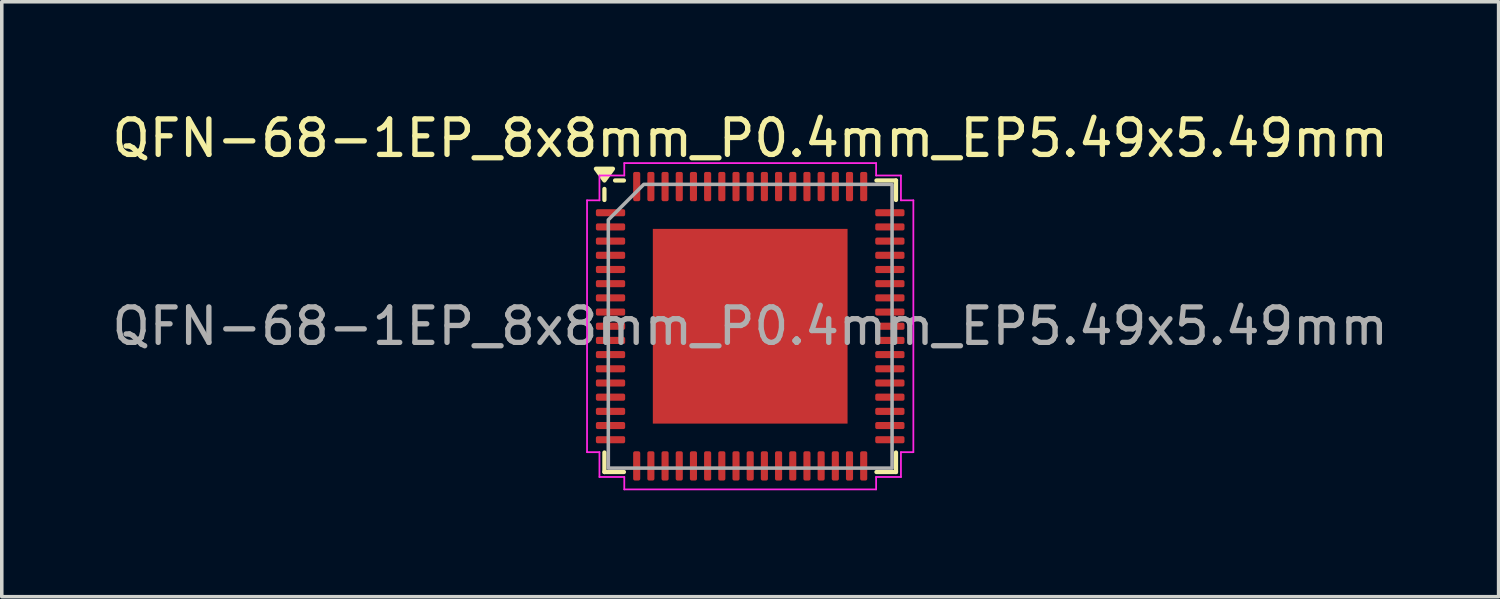
<source format=kicad_pcb>
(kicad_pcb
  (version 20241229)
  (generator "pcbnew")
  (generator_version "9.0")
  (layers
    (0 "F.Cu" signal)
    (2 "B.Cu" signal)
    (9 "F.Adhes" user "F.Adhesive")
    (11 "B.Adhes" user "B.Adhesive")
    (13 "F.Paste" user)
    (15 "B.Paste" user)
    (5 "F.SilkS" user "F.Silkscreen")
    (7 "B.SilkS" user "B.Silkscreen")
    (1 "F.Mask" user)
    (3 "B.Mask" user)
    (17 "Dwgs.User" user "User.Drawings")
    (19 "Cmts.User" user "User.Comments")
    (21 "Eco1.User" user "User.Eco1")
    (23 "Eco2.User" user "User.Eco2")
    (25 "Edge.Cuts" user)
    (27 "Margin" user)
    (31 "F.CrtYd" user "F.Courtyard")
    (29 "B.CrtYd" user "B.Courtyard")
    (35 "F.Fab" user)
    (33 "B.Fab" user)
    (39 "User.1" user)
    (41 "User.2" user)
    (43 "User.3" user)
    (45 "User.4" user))
  (footprint "QFN-68-1EP_8x8mm_P0.4mm_EP5.49x5.49mm"
    (layer "F.Cu")
    (at 18.101 6.148)
    (property "Reference" "QFN-68-1EP_8x8mm_P0.4mm_EP5.49x5.49mm" (at 0 -5.3 0) (layer "F.SilkS") (effects (font (size 1 1) (thickness 0.15))))
    (attr smd)
    (fp_line (start -4.11 -3.56) (end -4.11 -3.87) (stroke (width 0.12) (type solid)) (layer "F.SilkS"))
    (fp_line (start -4.11 4.11) (end -4.11 3.56) (stroke (width 0.12) (type solid)) (layer "F.SilkS"))
    (fp_line (start -3.56 -4.11) (end -3.81 -4.11) (stroke (width 0.12) (type solid)) (layer "F.SilkS"))
    (fp_line (start -3.56 4.11) (end -4.11 4.11) (stroke (width 0.12) (type solid)) (layer "F.SilkS"))
    (fp_line (start 3.56 -4.11) (end 4.11 -4.11) (stroke (width 0.12) (type solid)) (layer "F.SilkS"))
    (fp_line (start 3.56 4.11) (end 4.11 4.11) (stroke (width 0.12) (type solid)) (layer "F.SilkS"))
    (fp_line (start 4.11 -4.11) (end 4.11 -3.56) (stroke (width 0.12) (type solid)) (layer "F.SilkS"))
    (fp_line (start 4.11 4.11) (end 4.11 3.56) (stroke (width 0.12) (type solid)) (layer "F.SilkS"))
    (fp_poly (pts (xy -4.11 -4.11) (xy -4.35 -4.44) (xy -3.87 -4.44)) (stroke (width 0.12) (type solid)) (fill yes) (layer "F.SilkS"))
    (fp_line (start -4.6 -3.55) (end -4.25 -3.55) (stroke (width 0.05) (type solid)) (layer "F.CrtYd"))
    (fp_line (start -4.6 3.55) (end -4.6 -3.55) (stroke (width 0.05) (type solid)) (layer "F.CrtYd"))
    (fp_line (start -4.25 -4.25) (end -3.55 -4.25) (stroke (width 0.05) (type solid)) (layer "F.CrtYd"))
    (fp_line (start -4.25 -3.55) (end -4.25 -4.25) (stroke (width 0.05) (type solid)) (layer "F.CrtYd"))
    (fp_line (start -4.25 3.55) (end -4.6 3.55) (stroke (width 0.05) (type solid)) (layer "F.CrtYd"))
    (fp_line (start -4.25 4.25) (end -4.25 3.55) (stroke (width 0.05) (type solid)) (layer "F.CrtYd"))
    (fp_line (start -3.55 -4.6) (end 3.55 -4.6) (stroke (width 0.05) (type solid)) (layer "F.CrtYd"))
    (fp_line (start -3.55 -4.25) (end -3.55 -4.6) (stroke (width 0.05) (type solid)) (layer "F.CrtYd"))
    (fp_line (start -3.55 4.25) (end -4.25 4.25) (stroke (width 0.05) (type solid)) (layer "F.CrtYd"))
    (fp_line (start -3.55 4.6) (end -3.55 4.25) (stroke (width 0.05) (type solid)) (layer "F.CrtYd"))
    (fp_line (start 3.55 -4.6) (end 3.55 -4.25) (stroke (width 0.05) (type solid)) (layer "F.CrtYd"))
    (fp_line (start 3.55 -4.25) (end 4.25 -4.25) (stroke (width 0.05) (type solid)) (layer "F.CrtYd"))
    (fp_line (start 3.55 4.25) (end 3.55 4.6) (stroke (width 0.05) (type solid)) (layer "F.CrtYd"))
    (fp_line (start 3.55 4.6) (end -3.55 4.6) (stroke (width 0.05) (type solid)) (layer "F.CrtYd"))
    (fp_line (start 4.25 -4.25) (end 4.25 -3.55) (stroke (width 0.05) (type solid)) (layer "F.CrtYd"))
    (fp_line (start 4.25 -3.55) (end 4.6 -3.55) (stroke (width 0.05) (type solid)) (layer "F.CrtYd"))
    (fp_line (start 4.25 3.55) (end 4.25 4.25) (stroke (width 0.05) (type solid)) (layer "F.CrtYd"))
    (fp_line (start 4.25 4.25) (end 3.55 4.25) (stroke (width 0.05) (type solid)) (layer "F.CrtYd"))
    (fp_line (start 4.6 -3.55) (end 4.6 3.55) (stroke (width 0.05) (type solid)) (layer "F.CrtYd"))
    (fp_line (start 4.6 3.55) (end 4.25 3.55) (stroke (width 0.05) (type solid)) (layer "F.CrtYd"))
    (fp_poly (pts (xy -4 -3) (xy -4 4) (xy 4 4) (xy 4 -4) (xy -3 -4)) (stroke (width 0.1) (type solid)) (fill no) (layer "F.Fab"))
    (fp_text user "${REFERENCE}" (at 0 0 0) (layer "F.Fab") (effects (font (size 1 1) (thickness 0.15))))
    (pad "" smd roundrect (at -1.95 -1.95) (size 1.05 1.05) (layers "F.Paste") (roundrect_rratio 0.238))
    (pad "" smd roundrect (at -1.95 -0.65) (size 1.05 1.05) (layers "F.Paste") (roundrect_rratio 0.238))
    (pad "" smd roundrect (at -1.95 0.65) (size 1.05 1.05) (layers "F.Paste") (roundrect_rratio 0.238))
    (pad "" smd roundrect (at -1.95 1.95) (size 1.05 1.05) (layers "F.Paste") (roundrect_rratio 0.238))
    (pad "" smd roundrect (at -0.65 -1.95) (size 1.05 1.05) (layers "F.Paste") (roundrect_rratio 0.238))
    (pad "" smd roundrect (at -0.65 -0.65) (size 1.05 1.05) (layers "F.Paste") (roundrect_rratio 0.238))
    (pad "" smd roundrect (at -0.65 0.65) (size 1.05 1.05) (layers "F.Paste") (roundrect_rratio 0.238))
    (pad "" smd roundrect (at -0.65 1.95) (size 1.05 1.05) (layers "F.Paste") (roundrect_rratio 0.238))
    (pad "" smd roundrect (at 0.65 -1.95) (size 1.05 1.05) (layers "F.Paste") (roundrect_rratio 0.238))
    (pad "" smd roundrect (at 0.65 -0.65) (size 1.05 1.05) (layers "F.Paste") (roundrect_rratio 0.238))
    (pad "" smd roundrect (at 0.65 0.65) (size 1.05 1.05) (layers "F.Paste") (roundrect_rratio 0.238))
    (pad "" smd roundrect (at 0.65 1.95) (size 1.05 1.05) (layers "F.Paste") (roundrect_rratio 0.238))
    (pad "" smd roundrect (at 1.95 -1.95) (size 1.05 1.05) (layers "F.Paste") (roundrect_rratio 0.238))
    (pad "" smd roundrect (at 1.95 -0.65) (size 1.05 1.05) (layers "F.Paste") (roundrect_rratio 0.238))
    (pad "" smd roundrect (at 1.95 0.65) (size 1.05 1.05) (layers "F.Paste") (roundrect_rratio 0.238))
    (pad "" smd roundrect (at 1.95 1.95) (size 1.05 1.05) (layers "F.Paste") (roundrect_rratio 0.238))
    (pad "1" smd roundrect (at -3.938 -3.2) (size 0.825 0.2) (layers "F.Cu" "F.Mask" "F.Paste") (roundrect_rratio 0.25))
    (pad "2" smd roundrect (at -3.938 -2.8) (size 0.825 0.2) (layers "F.Cu" "F.Mask" "F.Paste") (roundrect_rratio 0.25))
    (pad "3" smd roundrect (at -3.938 -2.4) (size 0.825 0.2) (layers "F.Cu" "F.Mask" "F.Paste") (roundrect_rratio 0.25))
    (pad "4" smd roundrect (at -3.938 -2) (size 0.825 0.2) (layers "F.Cu" "F.Mask" "F.Paste") (roundrect_rratio 0.25))
    (pad "5" smd roundrect (at -3.938 -1.6) (size 0.825 0.2) (layers "F.Cu" "F.Mask" "F.Paste") (roundrect_rratio 0.25))
    (pad "6" smd roundrect (at -3.938 -1.2) (size 0.825 0.2) (layers "F.Cu" "F.Mask" "F.Paste") (roundrect_rratio 0.25))
    (pad "7" smd roundrect (at -3.938 -0.8) (size 0.825 0.2) (layers "F.Cu" "F.Mask" "F.Paste") (roundrect_rratio 0.25))
    (pad "8" smd roundrect (at -3.938 -0.4) (size 0.825 0.2) (layers "F.Cu" "F.Mask" "F.Paste") (roundrect_rratio 0.25))
    (pad "9" smd roundrect (at -3.938 0) (size 0.825 0.2) (layers "F.Cu" "F.Mask" "F.Paste") (roundrect_rratio 0.25))
    (pad "10" smd roundrect (at -3.938 0.4) (size 0.825 0.2) (layers "F.Cu" "F.Mask" "F.Paste") (roundrect_rratio 0.25))
    (pad "11" smd roundrect (at -3.938 0.8) (size 0.825 0.2) (layers "F.Cu" "F.Mask" "F.Paste") (roundrect_rratio 0.25))
    (pad "12" smd roundrect (at -3.938 1.2) (size 0.825 0.2) (layers "F.Cu" "F.Mask" "F.Paste") (roundrect_rratio 0.25))
    (pad "13" smd roundrect (at -3.938 1.6) (size 0.825 0.2) (layers "F.Cu" "F.Mask" "F.Paste") (roundrect_rratio 0.25))
    (pad "14" smd roundrect (at -3.938 2) (size 0.825 0.2) (layers "F.Cu" "F.Mask" "F.Paste") (roundrect_rratio 0.25))
    (pad "15" smd roundrect (at -3.938 2.4) (size 0.825 0.2) (layers "F.Cu" "F.Mask" "F.Paste") (roundrect_rratio 0.25))
    (pad "16" smd roundrect (at -3.938 2.8) (size 0.825 0.2) (layers "F.Cu" "F.Mask" "F.Paste") (roundrect_rratio 0.25))
    (pad "17" smd roundrect (at -3.938 3.2) (size 0.825 0.2) (layers "F.Cu" "F.Mask" "F.Paste") (roundrect_rratio 0.25))
    (pad "18" smd roundrect (at -3.2 3.938) (size 0.2 0.825) (layers "F.Cu" "F.Mask" "F.Paste") (roundrect_rratio 0.25))
    (pad "19" smd roundrect (at -2.8 3.938) (size 0.2 0.825) (layers "F.Cu" "F.Mask" "F.Paste") (roundrect_rratio 0.25))
    (pad "20" smd roundrect (at -2.4 3.938) (size 0.2 0.825) (layers "F.Cu" "F.Mask" "F.Paste") (roundrect_rratio 0.25))
    (pad "21" smd roundrect (at -2 3.938) (size 0.2 0.825) (layers "F.Cu" "F.Mask" "F.Paste") (roundrect_rratio 0.25))
    (pad "22" smd roundrect (at -1.6 3.938) (size 0.2 0.825) (layers "F.Cu" "F.Mask" "F.Paste") (roundrect_rratio 0.25))
    (pad "23" smd roundrect (at -1.2 3.938) (size 0.2 0.825) (layers "F.Cu" "F.Mask" "F.Paste") (roundrect_rratio 0.25))
    (pad "24" smd roundrect (at -0.8 3.938) (size 0.2 0.825) (layers "F.Cu" "F.Mask" "F.Paste") (roundrect_rratio 0.25))
    (pad "25" smd roundrect (at -0.4 3.938) (size 0.2 0.825) (layers "F.Cu" "F.Mask" "F.Paste") (roundrect_rratio 0.25))
    (pad "26" smd roundrect (at 0 3.938) (size 0.2 0.825) (layers "F.Cu" "F.Mask" "F.Paste") (roundrect_rratio 0.25))
    (pad "27" smd roundrect (at 0.4 3.938) (size 0.2 0.825) (layers "F.Cu" "F.Mask" "F.Paste") (roundrect_rratio 0.25))
    (pad "28" smd roundrect (at 0.8 3.938) (size 0.2 0.825) (layers "F.Cu" "F.Mask" "F.Paste") (roundrect_rratio 0.25))
    (pad "29" smd roundrect (at 1.2 3.938) (size 0.2 0.825) (layers "F.Cu" "F.Mask" "F.Paste") (roundrect_rratio 0.25))
    (pad "30" smd roundrect (at 1.6 3.938) (size 0.2 0.825) (layers "F.Cu" "F.Mask" "F.Paste") (roundrect_rratio 0.25))
    (pad "31" smd roundrect (at 2 3.938) (size 0.2 0.825) (layers "F.Cu" "F.Mask" "F.Paste") (roundrect_rratio 0.25))
    (pad "32" smd roundrect (at 2.4 3.938) (size 0.2 0.825) (layers "F.Cu" "F.Mask" "F.Paste") (roundrect_rratio 0.25))
    (pad "33" smd roundrect (at 2.8 3.938) (size 0.2 0.825) (layers "F.Cu" "F.Mask" "F.Paste") (roundrect_rratio 0.25))
    (pad "34" smd roundrect (at 3.2 3.938) (size 0.2 0.825) (layers "F.Cu" "F.Mask" "F.Paste") (roundrect_rratio 0.25))
    (pad "35" smd roundrect (at 3.938 3.2) (size 0.825 0.2) (layers "F.Cu" "F.Mask" "F.Paste") (roundrect_rratio 0.25))
    (pad "36" smd roundrect (at 3.938 2.8) (size 0.825 0.2) (layers "F.Cu" "F.Mask" "F.Paste") (roundrect_rratio 0.25))
    (pad "37" smd roundrect (at 3.938 2.4) (size 0.825 0.2) (layers "F.Cu" "F.Mask" "F.Paste") (roundrect_rratio 0.25))
    (pad "38" smd roundrect (at 3.938 2) (size 0.825 0.2) (layers "F.Cu" "F.Mask" "F.Paste") (roundrect_rratio 0.25))
    (pad "39" smd roundrect (at 3.938 1.6) (size 0.825 0.2) (layers "F.Cu" "F.Mask" "F.Paste") (roundrect_rratio 0.25))
    (pad "40" smd roundrect (at 3.938 1.2) (size 0.825 0.2) (layers "F.Cu" "F.Mask" "F.Paste") (roundrect_rratio 0.25))
    (pad "41" smd roundrect (at 3.938 0.8) (size 0.825 0.2) (layers "F.Cu" "F.Mask" "F.Paste") (roundrect_rratio 0.25))
    (pad "42" smd roundrect (at 3.938 0.4) (size 0.825 0.2) (layers "F.Cu" "F.Mask" "F.Paste") (roundrect_rratio 0.25))
    (pad "43" smd roundrect (at 3.938 0) (size 0.825 0.2) (layers "F.Cu" "F.Mask" "F.Paste") (roundrect_rratio 0.25))
    (pad "44" smd roundrect (at 3.938 -0.4) (size 0.825 0.2) (layers "F.Cu" "F.Mask" "F.Paste") (roundrect_rratio 0.25))
    (pad "45" smd roundrect (at 3.938 -0.8) (size 0.825 0.2) (layers "F.Cu" "F.Mask" "F.Paste") (roundrect_rratio 0.25))
    (pad "46" smd roundrect (at 3.938 -1.2) (size 0.825 0.2) (layers "F.Cu" "F.Mask" "F.Paste") (roundrect_rratio 0.25))
    (pad "47" smd roundrect (at 3.938 -1.6) (size 0.825 0.2) (layers "F.Cu" "F.Mask" "F.Paste") (roundrect_rratio 0.25))
    (pad "48" smd roundrect (at 3.938 -2) (size 0.825 0.2) (layers "F.Cu" "F.Mask" "F.Paste") (roundrect_rratio 0.25))
    (pad "49" smd roundrect (at 3.938 -2.4) (size 0.825 0.2) (layers "F.Cu" "F.Mask" "F.Paste") (roundrect_rratio 0.25))
    (pad "50" smd roundrect (at 3.938 -2.8) (size 0.825 0.2) (layers "F.Cu" "F.Mask" "F.Paste") (roundrect_rratio 0.25))
    (pad "51" smd roundrect (at 3.938 -3.2) (size 0.825 0.2) (layers "F.Cu" "F.Mask" "F.Paste") (roundrect_rratio 0.25))
    (pad "52" smd roundrect (at 3.2 -3.938) (size 0.2 0.825) (layers "F.Cu" "F.Mask" "F.Paste") (roundrect_rratio 0.25))
    (pad "53" smd roundrect (at 2.8 -3.938) (size 0.2 0.825) (layers "F.Cu" "F.Mask" "F.Paste") (roundrect_rratio 0.25))
    (pad "54" smd roundrect (at 2.4 -3.938) (size 0.2 0.825) (layers "F.Cu" "F.Mask" "F.Paste") (roundrect_rratio 0.25))
    (pad "55" smd roundrect (at 2 -3.938) (size 0.2 0.825) (layers "F.Cu" "F.Mask" "F.Paste") (roundrect_rratio 0.25))
    (pad "56" smd roundrect (at 1.6 -3.938) (size 0.2 0.825) (layers "F.Cu" "F.Mask" "F.Paste") (roundrect_rratio 0.25))
    (pad "57" smd roundrect (at 1.2 -3.938) (size 0.2 0.825) (layers "F.Cu" "F.Mask" "F.Paste") (roundrect_rratio 0.25))
    (pad "58" smd roundrect (at 0.8 -3.938) (size 0.2 0.825) (layers "F.Cu" "F.Mask" "F.Paste") (roundrect_rratio 0.25))
    (pad "59" smd roundrect (at 0.4 -3.938) (size 0.2 0.825) (layers "F.Cu" "F.Mask" "F.Paste") (roundrect_rratio 0.25))
    (pad "60" smd roundrect (at 0 -3.938) (size 0.2 0.825) (layers "F.Cu" "F.Mask" "F.Paste") (roundrect_rratio 0.25))
    (pad "61" smd roundrect (at -0.4 -3.938) (size 0.2 0.825) (layers "F.Cu" "F.Mask" "F.Paste") (roundrect_rratio 0.25))
    (pad "62" smd roundrect (at -0.8 -3.938) (size 0.2 0.825) (layers "F.Cu" "F.Mask" "F.Paste") (roundrect_rratio 0.25))
    (pad "63" smd roundrect (at -1.2 -3.938) (size 0.2 0.825) (layers "F.Cu" "F.Mask" "F.Paste") (roundrect_rratio 0.25))
    (pad "64" smd roundrect (at -1.6 -3.938) (size 0.2 0.825) (layers "F.Cu" "F.Mask" "F.Paste") (roundrect_rratio 0.25))
    (pad "65" smd roundrect (at -2 -3.938) (size 0.2 0.825) (layers "F.Cu" "F.Mask" "F.Paste") (roundrect_rratio 0.25))
    (pad "66" smd roundrect (at -2.4 -3.938) (size 0.2 0.825) (layers "F.Cu" "F.Mask" "F.Paste") (roundrect_rratio 0.25))
    (pad "67" smd roundrect (at -2.8 -3.938) (size 0.2 0.825) (layers "F.Cu" "F.Mask" "F.Paste") (roundrect_rratio 0.25))
    (pad "68" smd roundrect (at -3.2 -3.938) (size 0.2 0.825) (layers "F.Cu" "F.Mask" "F.Paste") (roundrect_rratio 0.25))
    (pad "69" smd rect (at 0 0) (size 5.49 5.49) (property pad_prop_heatsink) (layers "F.Cu" "F.Mask")))
  (gr_rect
    (start -3 -3)
    (end 39.202 13.773)
    (stroke (width 0.1) (type default))
    (fill no)
    (layer "Edge.Cuts")))
</source>
